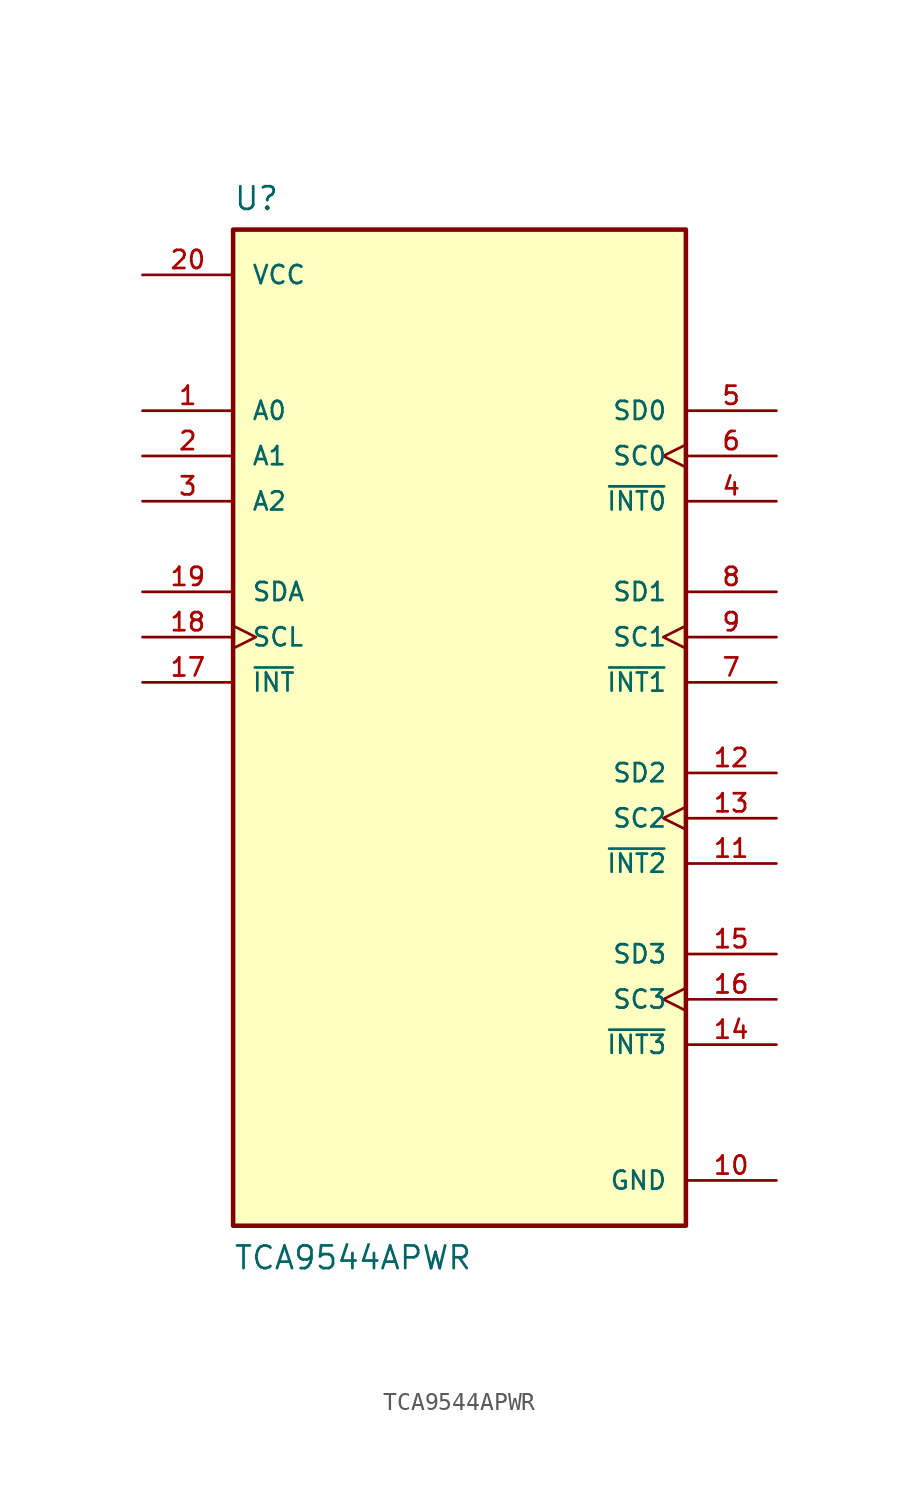
<source format=kicad_sym>
(kicad_symbol_lib
  (version 20211014)
  (generator kicad_symbol_editor)
  (symbol "TCA9544APWR"
    (pin_names
      (offset 1.016))
    (property "Reference" "U"
      (at -12.7 28.94 0.0)
      (effects (font (size 1.27 1.27)) (justify bottom left)))
    (property "Value" "TCA9544APWR"
      (at -12.7 -30.48 0.0)
      (effects (font (size 1.27 1.27)) (justify bottom left)))
    (symbol "TCA9544APWR_0_0"
      (rectangle (start -12.7 -27.94) (end 12.7 27.94) (stroke (width 0.254)) (fill (type background)))
      (pin output line (at -17.78 2.54 0) (length 5.08) (name "~{INT}" (effects (font (size 1.016 1.016)))) (number "17" (effects (font (size 1.016 1.016)))))
      (pin input line (at 17.78 2.54 180.0) (length 5.08) (name "~{INT1}" (effects (font (size 1.016 1.016)))) (number "7" (effects (font (size 1.016 1.016)))))
      (pin input line (at 17.78 -7.62 180.0) (length 5.08) (name "~{INT2}" (effects (font (size 1.016 1.016)))) (number "11" (effects (font (size 1.016 1.016)))))
      (pin input line (at 17.78 -17.78 180.0) (length 5.08) (name "~{INT3}" (effects (font (size 1.016 1.016)))) (number "14" (effects (font (size 1.016 1.016)))))
      (pin input line (at 17.78 12.7 180.0) (length 5.08) (name "~{INT0}" (effects (font (size 1.016 1.016)))) (number "4" (effects (font (size 1.016 1.016)))))
      (pin bidirectional clock (at -17.78 5.08 0) (length 5.08) (name "SCL" (effects (font (size 1.016 1.016)))) (number "18" (effects (font (size 1.016 1.016)))))
      (pin bidirectional clock (at 17.78 -15.24 180.0) (length 5.08) (name "SC3" (effects (font (size 1.016 1.016)))) (number "16" (effects (font (size 1.016 1.016)))))
      (pin input line (at -17.78 15.24 0) (length 5.08) (name "A1" (effects (font (size 1.016 1.016)))) (number "2" (effects (font (size 1.016 1.016)))))
      (pin input line (at -17.78 12.7 0) (length 5.08) (name "A2" (effects (font (size 1.016 1.016)))) (number "3" (effects (font (size 1.016 1.016)))))
      (pin input line (at -17.78 17.78 0) (length 5.08) (name "A0" (effects (font (size 1.016 1.016)))) (number "1" (effects (font (size 1.016 1.016)))))
      (pin bidirectional clock (at 17.78 5.08 180.0) (length 5.08) (name "SC1" (effects (font (size 1.016 1.016)))) (number "9" (effects (font (size 1.016 1.016)))))
      (pin bidirectional clock (at 17.78 -5.08 180.0) (length 5.08) (name "SC2" (effects (font (size 1.016 1.016)))) (number "13" (effects (font (size 1.016 1.016)))))
      (pin bidirectional clock (at 17.78 15.24 180.0) (length 5.08) (name "SC0" (effects (font (size 1.016 1.016)))) (number "6" (effects (font (size 1.016 1.016)))))
      (pin bidirectional line (at 17.78 7.62 180.0) (length 5.08) (name "SD1" (effects (font (size 1.016 1.016)))) (number "8" (effects (font (size 1.016 1.016)))))
      (pin bidirectional line (at 17.78 -2.54 180.0) (length 5.08) (name "SD2" (effects (font (size 1.016 1.016)))) (number "12" (effects (font (size 1.016 1.016)))))
      (pin bidirectional line (at 17.78 -12.7 180.0) (length 5.08) (name "SD3" (effects (font (size 1.016 1.016)))) (number "15" (effects (font (size 1.016 1.016)))))
      (pin bidirectional line (at -17.78 7.62 0) (length 5.08) (name "SDA" (effects (font (size 1.016 1.016)))) (number "19" (effects (font (size 1.016 1.016)))))
      (pin bidirectional line (at 17.78 17.78 180.0) (length 5.08) (name "SD0" (effects (font (size 1.016 1.016)))) (number "5" (effects (font (size 1.016 1.016)))))
      (pin power_in line (at -17.78 25.4 0) (length 5.08) (name "VCC" (effects (font (size 1.016 1.016)))) (number "20" (effects (font (size 1.016 1.016)))))
      (pin power_in line (at 17.78 -25.4 180.0) (length 5.08) (name "GND" (effects (font (size 1.016 1.016)))) (number "10" (effects (font (size 1.016 1.016))))))))
</source>
